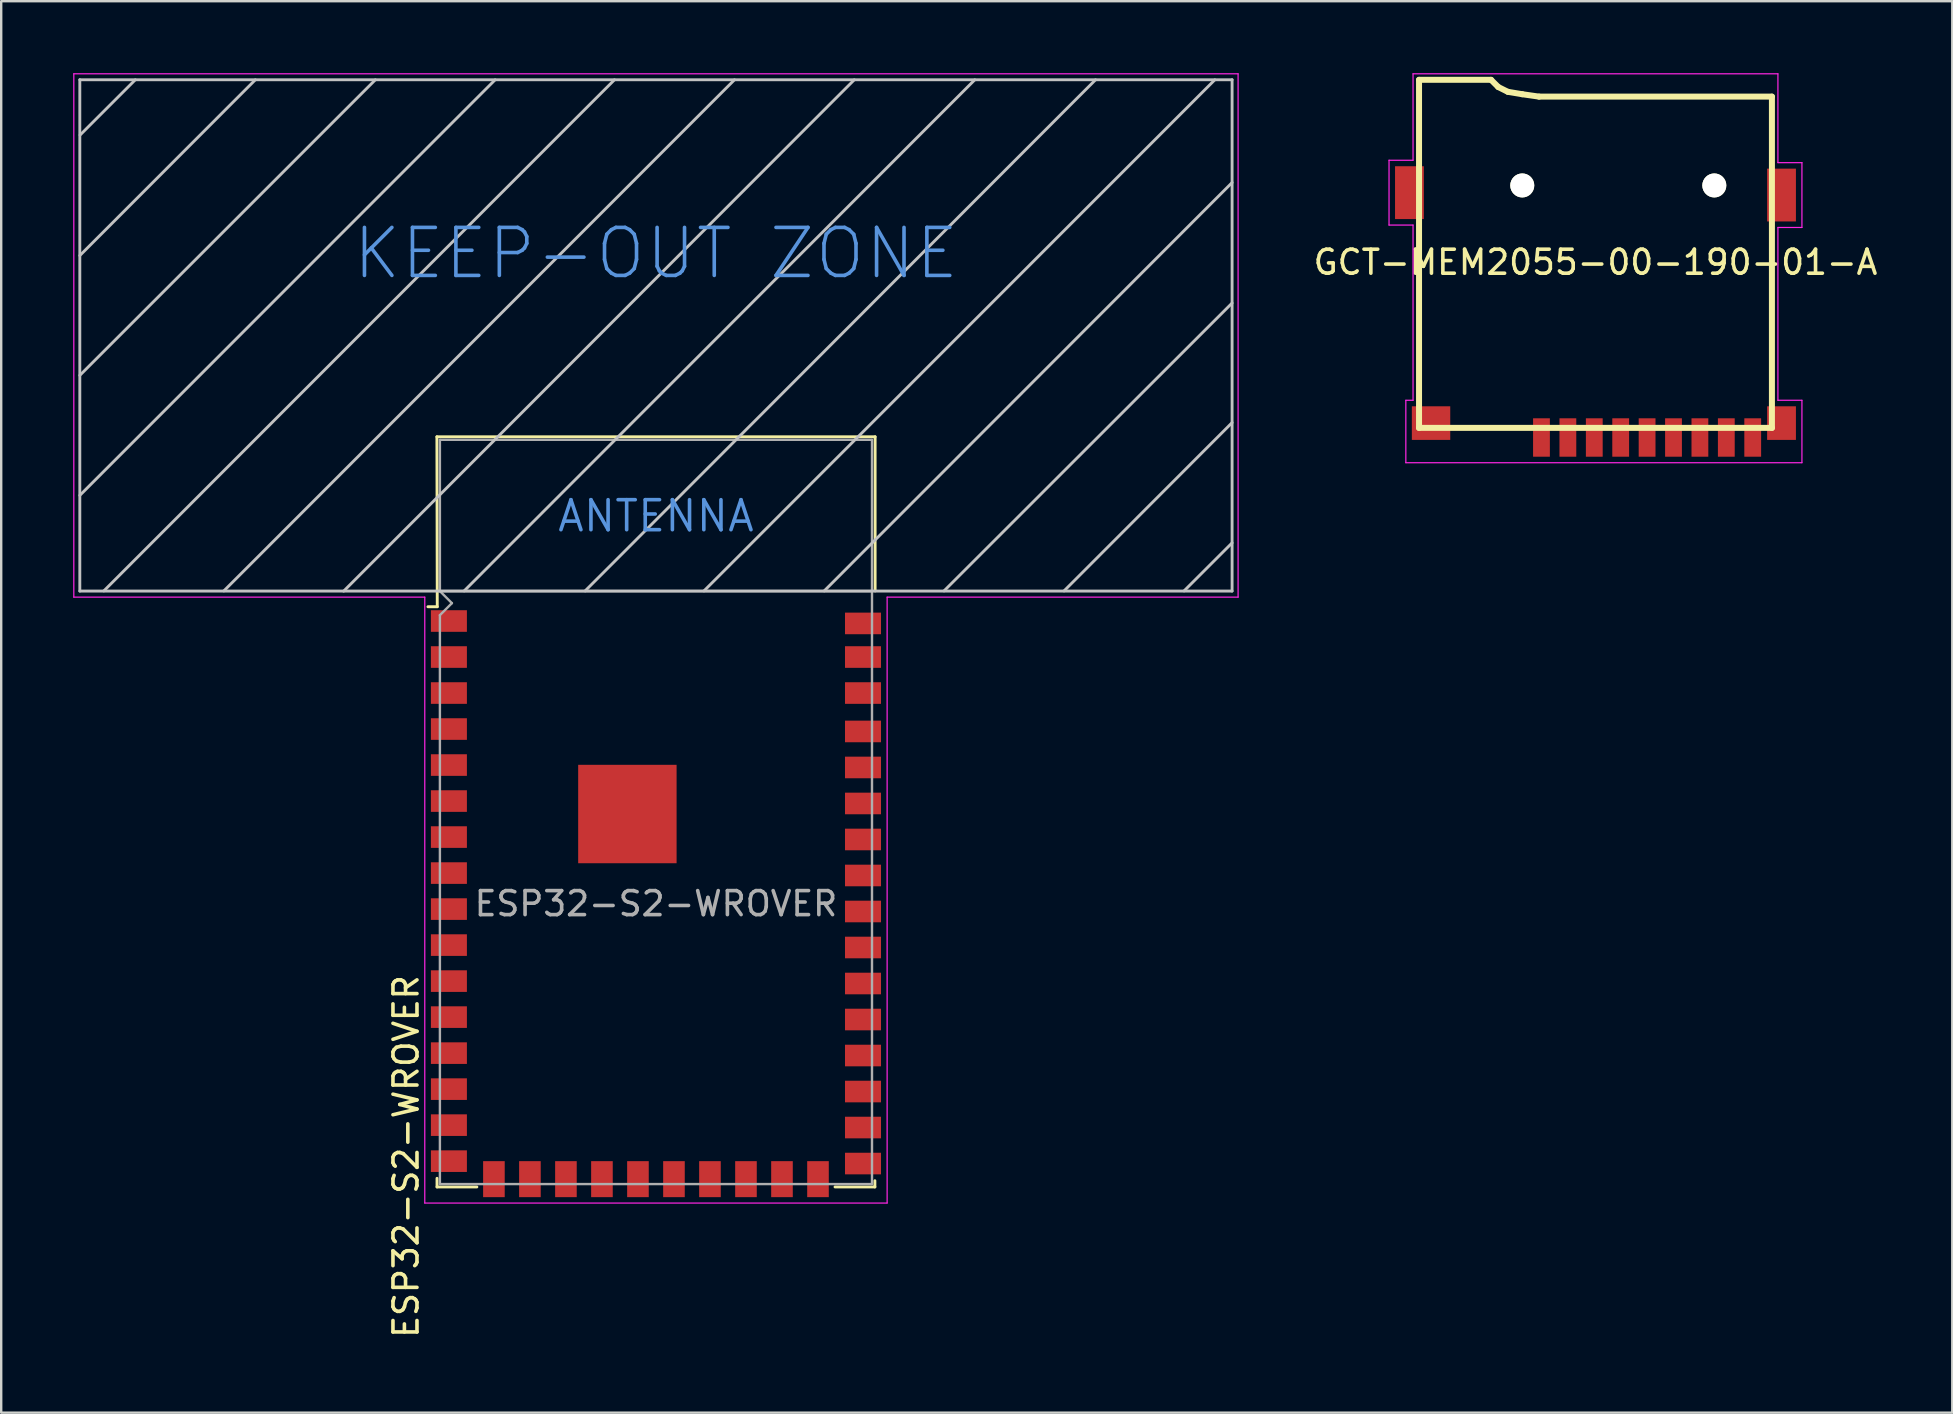
<source format=kicad_pcb>
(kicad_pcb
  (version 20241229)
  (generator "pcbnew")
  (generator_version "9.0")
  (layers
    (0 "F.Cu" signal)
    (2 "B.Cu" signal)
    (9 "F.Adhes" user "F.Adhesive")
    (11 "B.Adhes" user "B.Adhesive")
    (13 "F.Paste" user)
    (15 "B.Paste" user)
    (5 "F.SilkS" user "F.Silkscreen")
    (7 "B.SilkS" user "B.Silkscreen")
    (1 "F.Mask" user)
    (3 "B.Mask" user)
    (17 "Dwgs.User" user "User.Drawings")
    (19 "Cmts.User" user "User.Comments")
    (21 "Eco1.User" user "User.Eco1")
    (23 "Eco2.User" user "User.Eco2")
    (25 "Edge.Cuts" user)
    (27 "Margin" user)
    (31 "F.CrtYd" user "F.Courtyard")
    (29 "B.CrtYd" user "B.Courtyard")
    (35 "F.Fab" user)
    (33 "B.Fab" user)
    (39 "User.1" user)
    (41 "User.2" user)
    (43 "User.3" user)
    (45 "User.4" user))
  (footprint "GCT-MEM2055-00-190-01-A"
    (layer "F.Cu")
    (at 63.413 8.125)
    (property "Reference" "GCT-MEM2055-00-190-01-A" (at 0 -0.25 0) (layer "F.SilkS") (effects (font (size 1 1) (thickness 0.15))))
    (attr through_hole)
    (fp_line (start -7.35 -7.85) (end -7.35 6.65) (stroke (width 0.25) (type solid)) (layer "F.SilkS"))
    (fp_line (start -4.35 -7.85) (end -7.35 -7.85) (stroke (width 0.25) (type solid)) (layer "F.SilkS"))
    (fp_line (start -4.05 -7.55) (end -4.35 -7.85) (stroke (width 0.25) (type solid)) (layer "F.SilkS"))
    (fp_line (start -3.65 -7.35) (end -4.05 -7.55) (stroke (width 0.25) (type solid)) (layer "F.SilkS"))
    (fp_line (start -3.05 -7.25) (end -3.65 -7.35) (stroke (width 0.25) (type solid)) (layer "F.SilkS"))
    (fp_line (start -2.35 -7.15) (end -3.05 -7.25) (stroke (width 0.25) (type solid)) (layer "F.SilkS"))
    (fp_line (start 7.35 -7.15) (end -2.35 -7.15) (stroke (width 0.25) (type solid)) (layer "F.SilkS"))
    (fp_line (start 7.35 6.65) (end -7.35 6.65) (stroke (width 0.25) (type solid)) (layer "F.SilkS"))
    (fp_line (start 7.35 6.65) (end 7.35 -7.15) (stroke (width 0.25) (type solid)) (layer "F.SilkS"))
    (fp_line (start -8.6 -4.5) (end -8.6 -1.8) (stroke (width 0.05) (type solid)) (layer "F.CrtYd"))
    (fp_line (start -8.6 -4.5) (end -7.6 -4.5) (stroke (width 0.05) (type solid)) (layer "F.CrtYd"))
    (fp_line (start -8.6 -1.8) (end -7.6 -1.8) (stroke (width 0.05) (type solid)) (layer "F.CrtYd"))
    (fp_line (start -7.9 5.5) (end -7.9 8.1) (stroke (width 0.05) (type solid)) (layer "F.CrtYd"))
    (fp_line (start -7.9 8.1) (end 8.6 8.1) (stroke (width 0.05) (type solid)) (layer "F.CrtYd"))
    (fp_line (start -7.6 -8.1) (end 7.6 -8.1) (stroke (width 0.05) (type solid)) (layer "F.CrtYd"))
    (fp_line (start -7.6 -4.5) (end -7.6 -8.1) (stroke (width 0.05) (type solid)) (layer "F.CrtYd"))
    (fp_line (start -7.6 -1.8) (end -7.6 5.5) (stroke (width 0.05) (type solid)) (layer "F.CrtYd"))
    (fp_line (start -7.6 5.5) (end -7.9 5.5) (stroke (width 0.05) (type solid)) (layer "F.CrtYd"))
    (fp_line (start 7.6 -8.1) (end 7.6 -4.4) (stroke (width 0.05) (type solid)) (layer "F.CrtYd"))
    (fp_line (start 7.6 -4.4) (end 8.6 -4.4) (stroke (width 0.05) (type solid)) (layer "F.CrtYd"))
    (fp_line (start 7.6 -1.7) (end 7.6 5.5) (stroke (width 0.05) (type solid)) (layer "F.CrtYd"))
    (fp_line (start 7.6 -1.7) (end 8.6 -1.7) (stroke (width 0.05) (type solid)) (layer "F.CrtYd"))
    (fp_line (start 7.6 5.5) (end 8.6 5.5) (stroke (width 0.05) (type solid)) (layer "F.CrtYd"))
    (fp_line (start 8.6 -4.4) (end 8.6 -1.7) (stroke (width 0.05) (type solid)) (layer "F.CrtYd"))
    (fp_line (start 8.6 5.5) (end 8.6 8.1) (stroke (width 0.05) (type solid)) (layer "F.CrtYd"))
    (pad "" np_thru_hole circle (at -3.05 -3.45 180) (size 1 1) (drill 1) (layers "*.Cu" "*.Mask" "F.SilkS"))
    (pad "" np_thru_hole circle (at 4.95 -3.45 180) (size 1 1) (drill 1) (layers "*.Cu" "*.Mask" "F.SilkS"))
    (pad "1" smd rect (at -2.25 7.05) (size 0.7 1.6) (layers "F.Cu" "F.Mask" "F.Paste"))
    (pad "2" smd rect (at -1.15 7.05) (size 0.7 1.6) (layers "F.Cu" "F.Mask" "F.Paste"))
    (pad "3" smd rect (at -0.05 7.05) (size 0.7 1.6) (layers "F.Cu" "F.Mask" "F.Paste"))
    (pad "4" smd rect (at 1.05 7.05) (size 0.7 1.6) (layers "F.Cu" "F.Mask" "F.Paste"))
    (pad "5" smd rect (at 2.15 7.05) (size 0.7 1.6) (layers "F.Cu" "F.Mask" "F.Paste"))
    (pad "6" smd rect (at 3.25 7.05) (size 0.7 1.6) (layers "F.Cu" "F.Mask" "F.Paste"))
    (pad "7" smd rect (at 4.35 7.05) (size 0.7 1.6) (layers "F.Cu" "F.Mask" "F.Paste"))
    (pad "8" smd rect (at 5.45 7.05) (size 0.7 1.6) (layers "F.Cu" "F.Mask" "F.Paste"))
    (pad "9" smd rect (at 6.55 7.05) (size 0.7 1.6) (layers "F.Cu" "F.Mask" "F.Paste"))
    (pad "10" smd rect (at 7.75 6.45) (size 1.2 1.4) (layers "F.Cu" "F.Mask" "F.Paste"))
    (pad "11" smd rect (at -7.75 -3.15 180) (size 1.2 2.2) (layers "F.Cu" "F.Mask" "F.Paste"))
    (pad "11" smd rect (at -6.85 6.45) (size 1.6 1.4) (layers "F.Cu" "F.Mask" "F.Paste"))
    (pad "11" smd rect (at 7.75 -3.05 180) (size 1.2 2.2) (layers "F.Cu" "F.Mask" "F.Paste")))
  (footprint "ESP32-S2-WROVER"
    (layer "F.Cu")
    (at 24.275 31.165)
    (property "Reference" "ESP32-S2-WROVER" (at -10.41 13.96 90) (layer "F.SilkS") (effects (font (size 1 1) (thickness 0.15))))
    (attr smd)
    (fp_line (start -9.125 -16.02) (end 9.13 -16.02) (stroke (width 0.12) (type solid)) (layer "F.SilkS"))
    (fp_line (start -9.12 14.87) (end -9.12 15.23) (stroke (width 0.12) (type solid)) (layer "F.SilkS"))
    (fp_line (start -9.12 15.23) (end -7.46 15.23) (stroke (width 0.12) (type solid)) (layer "F.SilkS"))
    (fp_line (start -9.11 -8.94) (end -9.5 -8.94) (stroke (width 0.12) (type solid)) (layer "F.SilkS"))
    (fp_line (start -9.11 -8.94) (end -9.125 -16.02) (stroke (width 0.12) (type solid)) (layer "F.SilkS"))
    (fp_line (start 9.12 14.97) (end 9.12 15.23) (stroke (width 0.12) (type solid)) (layer "F.SilkS"))
    (fp_line (start 9.12 15.23) (end 7.46 15.23) (stroke (width 0.12) (type solid)) (layer "F.SilkS"))
    (fp_line (start 9.13 -9.6) (end 9.13 -16.02) (stroke (width 0.12) (type solid)) (layer "F.SilkS"))
    (fp_line (start -24 -30.893) (end -24 -9.593) (stroke (width 0.12) (type solid)) (layer "Dwgs.User"))
    (fp_line (start -24 -30.893) (end 24 -30.893) (stroke (width 0.12) (type solid)) (layer "Dwgs.User"))
    (fp_line (start -24 -9.593) (end 24 -9.593) (stroke (width 0.12) (type solid)) (layer "Dwgs.User"))
    (fp_line (start -21.69 -30.89) (end -23.99 -28.59) (stroke (width 0.12) (type solid)) (layer "Dwgs.User"))
    (fp_line (start -16.69 -30.89) (end -24 -23.57) (stroke (width 0.12) (type solid)) (layer "Dwgs.User"))
    (fp_line (start -11.69 -30.89) (end -24 -18.58) (stroke (width 0.12) (type solid)) (layer "Dwgs.User"))
    (fp_line (start -6.7 -30.89) (end -24 -13.58) (stroke (width 0.12) (type solid)) (layer "Dwgs.User"))
    (fp_line (start -1.73 -30.89) (end -23 -9.6) (stroke (width 0.12) (type solid)) (layer "Dwgs.User"))
    (fp_line (start 3.27 -30.89) (end -18 -9.6) (stroke (width 0.12) (type solid)) (layer "Dwgs.User"))
    (fp_line (start 8.26 -30.89) (end -13.01 -9.59) (stroke (width 0.12) (type solid)) (layer "Dwgs.User"))
    (fp_line (start 13.28 -30.89) (end -7.99 -9.6) (stroke (width 0.12) (type solid)) (layer "Dwgs.User"))
    (fp_line (start 18.31 -30.89) (end -2.95 -9.6) (stroke (width 0.12) (type solid)) (layer "Dwgs.User"))
    (fp_line (start 23.28 -30.89) (end 2 -9.6) (stroke (width 0.12) (type solid)) (layer "Dwgs.User"))
    (fp_line (start 24 -30.893) (end 24 -9.593) (stroke (width 0.12) (type solid)) (layer "Dwgs.User"))
    (fp_line (start 24 -26.61) (end 7.01 -9.6) (stroke (width 0.12) (type solid)) (layer "Dwgs.User"))
    (fp_line (start 24 -21.59) (end 12 -9.6) (stroke (width 0.12) (type solid)) (layer "Dwgs.User"))
    (fp_line (start 24 -16.61) (end 17 -9.6) (stroke (width 0.12) (type solid)) (layer "Dwgs.User"))
    (fp_line (start 24 -11.6) (end 22 -9.6) (stroke (width 0.12) (type solid)) (layer "Dwgs.User"))
    (fp_line (start -24.25 -31.14) (end -24.25 -9.34) (stroke (width 0.05) (type solid)) (layer "F.CrtYd"))
    (fp_line (start -24.25 -9.34) (end -9.63 -9.34) (stroke (width 0.05) (type solid)) (layer "F.CrtYd"))
    (fp_line (start -9.63 -9.34) (end -9.63 15.9) (stroke (width 0.05) (type solid)) (layer "F.CrtYd"))
    (fp_line (start -9.63 15.9) (end 9.63 15.9) (stroke (width 0.05) (type solid)) (layer "F.CrtYd"))
    (fp_line (start 9.63 -9.34) (end 24.25 -9.34) (stroke (width 0.05) (type solid)) (layer "F.CrtYd"))
    (fp_line (start 9.63 15.9) (end 9.63 -9.34) (stroke (width 0.05) (type solid)) (layer "F.CrtYd"))
    (fp_line (start 24.25 -31.14) (end -24.25 -31.14) (stroke (width 0.05) (type solid)) (layer "F.CrtYd"))
    (fp_line (start 24.25 -9.34) (end 24.25 -31.14) (stroke (width 0.05) (type solid)) (layer "F.CrtYd"))
    (fp_line (start -9 -15.893) (end 9 -15.893) (stroke (width 0.1) (type solid)) (layer "F.Fab"))
    (fp_line (start -9 -15.89) (end -9 -9.59) (stroke (width 0.1) (type solid)) (layer "F.Fab"))
    (fp_line (start -9 -8.59) (end -9 15.11) (stroke (width 0.1) (type solid)) (layer "F.Fab"))
    (fp_line (start -9 -8.59) (end -8.5 -9.09) (stroke (width 0.1) (type solid)) (layer "F.Fab"))
    (fp_line (start -9 15.11) (end 9 15.11) (stroke (width 0.1) (type solid)) (layer "F.Fab"))
    (fp_line (start -8.5 -9.09) (end -9 -9.59) (stroke (width 0.1) (type solid)) (layer "F.Fab"))
    (fp_line (start 9 -15.89) (end 9 15.11) (stroke (width 0.1) (type solid)) (layer "F.Fab"))
    (fp_line (start 9 -9.593) (end -9 -9.593) (stroke (width 0.1) (type solid)) (layer "F.Fab"))
    (fp_text user "ANTENNA" (at 0 -12.72 0) (layer "Cmts.User") (effects (font (size 1.25 1.25) (thickness 0.15))))
    (fp_text user "KEEP-OUT ZONE" (at 0 -23.66 0) (layer "Cmts.User") (effects (font (size 2 2) (thickness 0.15))))
    (fp_text user "${REFERENCE}" (at 0 3.43 0) (layer "F.Fab") (effects (font (size 1 1) (thickness 0.15))))
    (pad "1" smd rect (at -8.625 -8.345) (size 1.5 0.9) (layers "F.Cu" "F.Mask" "F.Paste"))
    (pad "2" smd rect (at -8.625 -6.845) (size 1.5 0.9) (layers "F.Cu" "F.Mask" "F.Paste"))
    (pad "3" smd rect (at -8.625 -5.345) (size 1.5 0.9) (layers "F.Cu" "F.Mask" "F.Paste"))
    (pad "4" smd rect (at -8.625 -3.845) (size 1.5 0.9) (layers "F.Cu" "F.Mask" "F.Paste"))
    (pad "5" smd rect (at -8.625 -2.345) (size 1.5 0.9) (layers "F.Cu" "F.Mask" "F.Paste"))
    (pad "6" smd rect (at -8.625 -0.845) (size 1.5 0.9) (layers "F.Cu" "F.Mask" "F.Paste"))
    (pad "7" smd rect (at -8.625 0.655) (size 1.5 0.9) (layers "F.Cu" "F.Mask" "F.Paste"))
    (pad "8" smd rect (at -8.625 2.155) (size 1.5 0.9) (layers "F.Cu" "F.Mask" "F.Paste"))
    (pad "9" smd rect (at -8.625 3.655) (size 1.5 0.9) (layers "F.Cu" "F.Mask" "F.Paste"))
    (pad "10" smd rect (at -8.625 5.155) (size 1.5 0.9) (layers "F.Cu" "F.Mask" "F.Paste"))
    (pad "11" smd rect (at -8.625 6.655) (size 1.5 0.9) (layers "F.Cu" "F.Mask" "F.Paste"))
    (pad "12" smd rect (at -8.625 8.155) (size 1.5 0.9) (layers "F.Cu" "F.Mask" "F.Paste"))
    (pad "13" smd rect (at -8.625 9.655) (size 1.5 0.9) (layers "F.Cu" "F.Mask" "F.Paste"))
    (pad "14" smd rect (at -8.625 11.155) (size 1.5 0.9) (layers "F.Cu" "F.Mask" "F.Paste"))
    (pad "15" smd rect (at -8.625 12.655 180) (size 1.5 0.9) (layers "F.Cu" "F.Mask" "F.Paste"))
    (pad "16" smd rect (at -8.625 14.155 180) (size 1.5 0.9) (layers "F.Cu" "F.Mask" "F.Paste"))
    (pad "17" smd rect (at -6.75 14.905) (size 0.9 1.5) (layers "F.Cu" "F.Mask" "F.Paste"))
    (pad "18" smd rect (at -5.25 14.905) (size 0.9 1.5) (layers "F.Cu" "F.Mask" "F.Paste"))
    (pad "19" smd rect (at -3.75 14.905) (size 0.9 1.5) (layers "F.Cu" "F.Mask" "F.Paste"))
    (pad "20" smd rect (at -2.25 14.905) (size 0.9 1.5) (layers "F.Cu" "F.Mask" "F.Paste"))
    (pad "21" smd rect (at -0.75 14.905) (size 0.9 1.5) (layers "F.Cu" "F.Mask" "F.Paste"))
    (pad "22" smd rect (at 0.75 14.905) (size 0.9 1.5) (layers "F.Cu" "F.Mask" "F.Paste"))
    (pad "23" smd rect (at 2.25 14.905) (size 0.9 1.5) (layers "F.Cu" "F.Mask" "F.Paste"))
    (pad "24" smd rect (at 3.75 14.905) (size 0.9 1.5) (layers "F.Cu" "F.Mask" "F.Paste"))
    (pad "25" smd rect (at 5.25 14.905) (size 0.9 1.5) (layers "F.Cu" "F.Mask" "F.Paste"))
    (pad "26" smd rect (at 6.75 14.905) (size 0.9 1.5) (layers "F.Cu" "F.Mask" "F.Paste"))
    (pad "27" smd rect (at 8.625 14.255) (size 1.5 0.9) (layers "F.Cu" "F.Mask" "F.Paste"))
    (pad "28" smd rect (at 8.625 12.755) (size 1.5 0.9) (layers "F.Cu" "F.Mask" "F.Paste"))
    (pad "29" smd rect (at 8.625 11.255) (size 1.5 0.9) (layers "F.Cu" "F.Mask" "F.Paste"))
    (pad "30" smd rect (at 8.625 9.755) (size 1.5 0.9) (layers "F.Cu" "F.Mask" "F.Paste"))
    (pad "31" smd rect (at 8.625 8.255) (size 1.5 0.9) (layers "F.Cu" "F.Mask" "F.Paste"))
    (pad "32" smd rect (at 8.625 6.755) (size 1.5 0.9) (layers "F.Cu" "F.Mask" "F.Paste"))
    (pad "33" smd rect (at 8.625 5.255) (size 1.5 0.9) (layers "F.Cu" "F.Mask" "F.Paste"))
    (pad "34" smd rect (at 8.625 3.755) (size 1.5 0.9) (layers "F.Cu" "F.Mask" "F.Paste"))
    (pad "35" smd rect (at 8.625 2.255) (size 1.5 0.9) (layers "F.Cu" "F.Mask" "F.Paste"))
    (pad "36" smd rect (at 8.625 0.755) (size 1.5 0.9) (layers "F.Cu" "F.Mask" "F.Paste"))
    (pad "37" smd rect (at 8.625 -0.745) (size 1.5 0.9) (layers "F.Cu" "F.Mask" "F.Paste"))
    (pad "38" smd rect (at 8.625 -2.245) (size 1.5 0.9) (layers "F.Cu" "F.Mask" "F.Paste"))
    (pad "39" smd rect (at 8.625 -3.745) (size 1.5 0.9) (layers "F.Cu" "F.Mask" "F.Paste"))
    (pad "40" smd rect (at 8.625 -5.345) (size 1.5 0.9) (layers "F.Cu" "F.Mask" "F.Paste"))
    (pad "41" smd rect (at 8.625 -6.845) (size 1.5 0.9) (layers "F.Cu" "F.Mask" "F.Paste"))
    (pad "42" smd rect (at 8.625 -8.245) (size 1.5 0.9) (layers "F.Cu" "F.Mask" "F.Paste"))
    (pad "43" smd rect (at -1.19 -0.305) (size 4.1 4.1) (layers "F.Cu" "F.Mask" "F.Paste")))
  (gr_rect
    (start -3 -3)
    (end 78.276 55.798)
    (stroke (width 0.1) (type default))
    (fill no)
    (layer "Edge.Cuts")))
</source>
